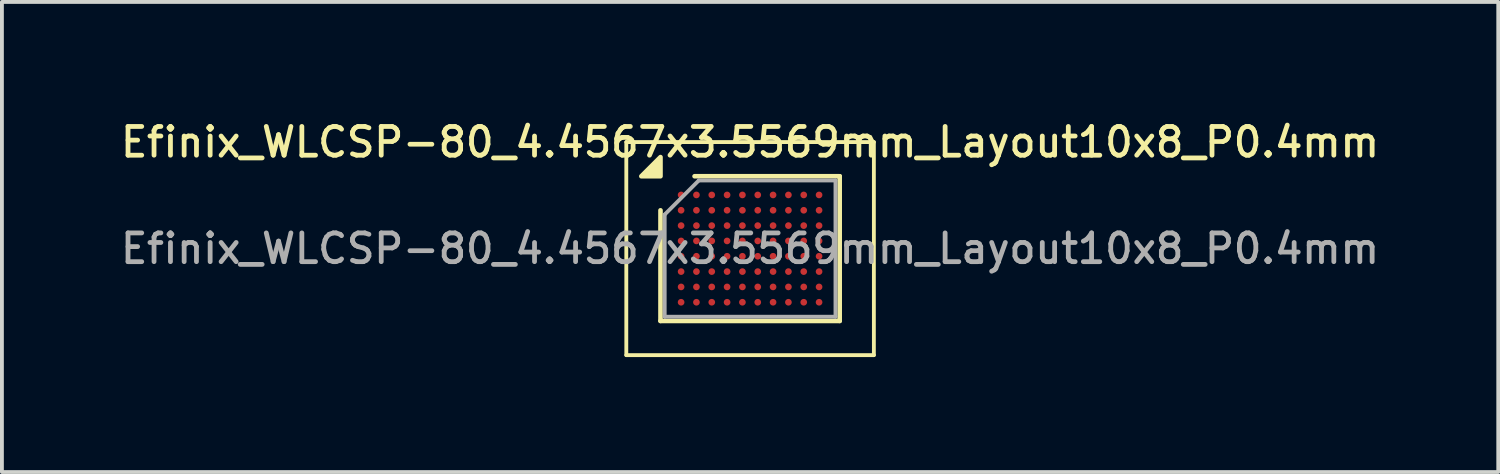
<source format=kicad_pcb>
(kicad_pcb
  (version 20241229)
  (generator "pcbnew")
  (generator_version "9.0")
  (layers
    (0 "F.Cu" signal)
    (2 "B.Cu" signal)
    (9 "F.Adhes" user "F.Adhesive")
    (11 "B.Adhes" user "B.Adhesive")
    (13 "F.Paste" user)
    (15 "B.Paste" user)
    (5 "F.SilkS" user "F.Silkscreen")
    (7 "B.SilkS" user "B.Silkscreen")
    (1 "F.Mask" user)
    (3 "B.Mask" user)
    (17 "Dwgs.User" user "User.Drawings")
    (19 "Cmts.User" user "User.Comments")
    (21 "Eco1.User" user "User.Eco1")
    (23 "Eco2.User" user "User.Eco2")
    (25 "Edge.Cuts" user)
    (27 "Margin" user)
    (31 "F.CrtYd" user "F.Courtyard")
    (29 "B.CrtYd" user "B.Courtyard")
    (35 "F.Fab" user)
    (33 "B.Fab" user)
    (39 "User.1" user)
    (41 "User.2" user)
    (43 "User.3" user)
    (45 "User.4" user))
  (footprint "Efinix_WLCSP-80_4.4567x3.5569mm_Layout10x8_P0.4mm"
    (layer "F.Cu")
    (at 16.523 3.437)
    (property "Reference" "Efinix_WLCSP-80_4.4567x3.5569mm_Layout10x8_P0.4mm" (at 0 -2.778 0) (layer "F.SilkS") (effects (font (size 0.75 0.75) (thickness 0.125))))
    (attr smd)
    (fp_line (start -3.23 -2.78) (end -3.23 2.78) (stroke (width 0.1) (type solid)) (layer "F.SilkS"))
    (fp_line (start -3.23 2.78) (end 3.23 2.78) (stroke (width 0.1) (type solid)) (layer "F.SilkS"))
    (fp_line (start -2.338 1.888) (end -2.338 -0.999) (stroke (width 0.12) (type solid)) (layer "F.SilkS"))
    (fp_line (start -1.449 -1.888) (end 2.338 -1.888) (stroke (width 0.12) (type solid)) (layer "F.SilkS"))
    (fp_line (start 2.338 -1.888) (end 2.338 1.888) (stroke (width 0.12) (type solid)) (layer "F.SilkS"))
    (fp_line (start 2.338 1.888) (end -2.338 1.888) (stroke (width 0.12) (type solid)) (layer "F.SilkS"))
    (fp_line (start 3.23 -2.78) (end -3.23 -2.78) (stroke (width 0.1) (type solid)) (layer "F.SilkS"))
    (fp_line (start 3.23 2.78) (end 3.23 -2.78) (stroke (width 0.1) (type solid)) (layer "F.SilkS"))
    (fp_poly (pts (xy -2.338 -1.888) (xy -2.838 -1.888) (xy -2.338 -2.388) (xy -2.338 -1.888)) (stroke (width 0.12) (type solid)) (fill yes) (layer "F.SilkS"))
    (fp_line (start -2.228 -0.889) (end -1.339 -1.778) (stroke (width 0.1) (type solid)) (layer "F.Fab"))
    (fp_line (start -2.228 1.778) (end -2.228 -0.889) (stroke (width 0.1) (type solid)) (layer "F.Fab"))
    (fp_line (start -1.339 -1.778) (end 2.228 -1.778) (stroke (width 0.1) (type solid)) (layer "F.Fab"))
    (fp_line (start 2.228 -1.778) (end 2.228 1.778) (stroke (width 0.1) (type solid)) (layer "F.Fab"))
    (fp_line (start 2.228 1.778) (end -2.228 1.778) (stroke (width 0.1) (type solid)) (layer "F.Fab"))
    (fp_text user "${REFERENCE}" (at 0 0 0) (layer "F.Fab") (effects (font (size 0.75 0.75) (thickness 0.125))))
    (pad "A1" smd circle (at -1.8 -1.4) (size 0.175 0.175) (property pad_prop_bga) (layers "F.Cu" "F.Mask" "F.Paste"))
    (pad "A2" smd circle (at -1.4 -1.4) (size 0.175 0.175) (property pad_prop_bga) (layers "F.Cu" "F.Mask" "F.Paste"))
    (pad "A3" smd circle (at -1 -1.4) (size 0.175 0.175) (property pad_prop_bga) (layers "F.Cu" "F.Mask" "F.Paste"))
    (pad "A4" smd circle (at -0.6 -1.4) (size 0.175 0.175) (property pad_prop_bga) (layers "F.Cu" "F.Mask" "F.Paste"))
    (pad "A5" smd circle (at -0.2 -1.4) (size 0.175 0.175) (property pad_prop_bga) (layers "F.Cu" "F.Mask" "F.Paste"))
    (pad "A6" smd circle (at 0.2 -1.4) (size 0.175 0.175) (property pad_prop_bga) (layers "F.Cu" "F.Mask" "F.Paste"))
    (pad "A7" smd circle (at 0.6 -1.4) (size 0.175 0.175) (property pad_prop_bga) (layers "F.Cu" "F.Mask" "F.Paste"))
    (pad "A8" smd circle (at 1 -1.4) (size 0.175 0.175) (property pad_prop_bga) (layers "F.Cu" "F.Mask" "F.Paste"))
    (pad "A9" smd circle (at 1.4 -1.4) (size 0.175 0.175) (property pad_prop_bga) (layers "F.Cu" "F.Mask" "F.Paste"))
    (pad "A10" smd circle (at 1.8 -1.4) (size 0.175 0.175) (property pad_prop_bga) (layers "F.Cu" "F.Mask" "F.Paste"))
    (pad "B1" smd circle (at -1.8 -1) (size 0.175 0.175) (property pad_prop_bga) (layers "F.Cu" "F.Mask" "F.Paste"))
    (pad "B2" smd circle (at -1.4 -1) (size 0.175 0.175) (property pad_prop_bga) (layers "F.Cu" "F.Mask" "F.Paste"))
    (pad "B3" smd circle (at -1 -1) (size 0.175 0.175) (property pad_prop_bga) (layers "F.Cu" "F.Mask" "F.Paste"))
    (pad "B4" smd circle (at -0.6 -1) (size 0.175 0.175) (property pad_prop_bga) (layers "F.Cu" "F.Mask" "F.Paste"))
    (pad "B5" smd circle (at -0.2 -1) (size 0.175 0.175) (property pad_prop_bga) (layers "F.Cu" "F.Mask" "F.Paste"))
    (pad "B6" smd circle (at 0.2 -1) (size 0.175 0.175) (property pad_prop_bga) (layers "F.Cu" "F.Mask" "F.Paste"))
    (pad "B7" smd circle (at 0.6 -1) (size 0.175 0.175) (property pad_prop_bga) (layers "F.Cu" "F.Mask" "F.Paste"))
    (pad "B8" smd circle (at 1 -1) (size 0.175 0.175) (property pad_prop_bga) (layers "F.Cu" "F.Mask" "F.Paste"))
    (pad "B9" smd circle (at 1.4 -1) (size 0.175 0.175) (property pad_prop_bga) (layers "F.Cu" "F.Mask" "F.Paste"))
    (pad "B10" smd circle (at 1.8 -1) (size 0.175 0.175) (property pad_prop_bga) (layers "F.Cu" "F.Mask" "F.Paste"))
    (pad "C1" smd circle (at -1.8 -0.6) (size 0.175 0.175) (property pad_prop_bga) (layers "F.Cu" "F.Mask" "F.Paste"))
    (pad "C2" smd circle (at -1.4 -0.6) (size 0.175 0.175) (property pad_prop_bga) (layers "F.Cu" "F.Mask" "F.Paste"))
    (pad "C3" smd circle (at -1 -0.6) (size 0.175 0.175) (property pad_prop_bga) (layers "F.Cu" "F.Mask" "F.Paste"))
    (pad "C4" smd circle (at -0.6 -0.6) (size 0.175 0.175) (property pad_prop_bga) (layers "F.Cu" "F.Mask" "F.Paste"))
    (pad "C5" smd circle (at -0.2 -0.6) (size 0.175 0.175) (property pad_prop_bga) (layers "F.Cu" "F.Mask" "F.Paste"))
    (pad "C6" smd circle (at 0.2 -0.6) (size 0.175 0.175) (property pad_prop_bga) (layers "F.Cu" "F.Mask" "F.Paste"))
    (pad "C7" smd circle (at 0.6 -0.6) (size 0.175 0.175) (property pad_prop_bga) (layers "F.Cu" "F.Mask" "F.Paste"))
    (pad "C8" smd circle (at 1 -0.6) (size 0.175 0.175) (property pad_prop_bga) (layers "F.Cu" "F.Mask" "F.Paste"))
    (pad "C9" smd circle (at 1.4 -0.6) (size 0.175 0.175) (property pad_prop_bga) (layers "F.Cu" "F.Mask" "F.Paste"))
    (pad "C10" smd circle (at 1.8 -0.6) (size 0.175 0.175) (property pad_prop_bga) (layers "F.Cu" "F.Mask" "F.Paste"))
    (pad "D1" smd circle (at -1.8 -0.2) (size 0.175 0.175) (property pad_prop_bga) (layers "F.Cu" "F.Mask" "F.Paste"))
    (pad "D2" smd circle (at -1.4 -0.2) (size 0.175 0.175) (property pad_prop_bga) (layers "F.Cu" "F.Mask" "F.Paste"))
    (pad "D3" smd circle (at -1 -0.2) (size 0.175 0.175) (property pad_prop_bga) (layers "F.Cu" "F.Mask" "F.Paste"))
    (pad "D4" smd circle (at -0.6 -0.2) (size 0.175 0.175) (property pad_prop_bga) (layers "F.Cu" "F.Mask" "F.Paste"))
    (pad "D5" smd circle (at -0.2 -0.2) (size 0.175 0.175) (property pad_prop_bga) (layers "F.Cu" "F.Mask" "F.Paste"))
    (pad "D6" smd circle (at 0.2 -0.2) (size 0.175 0.175) (property pad_prop_bga) (layers "F.Cu" "F.Mask" "F.Paste"))
    (pad "D7" smd circle (at 0.6 -0.2) (size 0.175 0.175) (property pad_prop_bga) (layers "F.Cu" "F.Mask" "F.Paste"))
    (pad "D8" smd circle (at 1 -0.2) (size 0.175 0.175) (property pad_prop_bga) (layers "F.Cu" "F.Mask" "F.Paste"))
    (pad "D9" smd circle (at 1.4 -0.2) (size 0.175 0.175) (property pad_prop_bga) (layers "F.Cu" "F.Mask" "F.Paste"))
    (pad "D10" smd circle (at 1.8 -0.2) (size 0.175 0.175) (property pad_prop_bga) (layers "F.Cu" "F.Mask" "F.Paste"))
    (pad "E1" smd circle (at -1.8 0.2) (size 0.175 0.175) (property pad_prop_bga) (layers "F.Cu" "F.Mask" "F.Paste"))
    (pad "E2" smd circle (at -1.4 0.2) (size 0.175 0.175) (property pad_prop_bga) (layers "F.Cu" "F.Mask" "F.Paste"))
    (pad "E3" smd circle (at -1 0.2) (size 0.175 0.175) (property pad_prop_bga) (layers "F.Cu" "F.Mask" "F.Paste"))
    (pad "E4" smd circle (at -0.6 0.2) (size 0.175 0.175) (property pad_prop_bga) (layers "F.Cu" "F.Mask" "F.Paste"))
    (pad "E5" smd circle (at -0.2 0.2) (size 0.175 0.175) (property pad_prop_bga) (layers "F.Cu" "F.Mask" "F.Paste"))
    (pad "E6" smd circle (at 0.2 0.2) (size 0.175 0.175) (property pad_prop_bga) (layers "F.Cu" "F.Mask" "F.Paste"))
    (pad "E7" smd circle (at 0.6 0.2) (size 0.175 0.175) (property pad_prop_bga) (layers "F.Cu" "F.Mask" "F.Paste"))
    (pad "E8" smd circle (at 1 0.2) (size 0.175 0.175) (property pad_prop_bga) (layers "F.Cu" "F.Mask" "F.Paste"))
    (pad "E9" smd circle (at 1.4 0.2) (size 0.175 0.175) (property pad_prop_bga) (layers "F.Cu" "F.Mask" "F.Paste"))
    (pad "E10" smd circle (at 1.8 0.2) (size 0.175 0.175) (property pad_prop_bga) (layers "F.Cu" "F.Mask" "F.Paste"))
    (pad "F1" smd circle (at -1.8 0.6) (size 0.175 0.175) (property pad_prop_bga) (layers "F.Cu" "F.Mask" "F.Paste"))
    (pad "F2" smd circle (at -1.4 0.6) (size 0.175 0.175) (property pad_prop_bga) (layers "F.Cu" "F.Mask" "F.Paste"))
    (pad "F3" smd circle (at -1 0.6) (size 0.175 0.175) (property pad_prop_bga) (layers "F.Cu" "F.Mask" "F.Paste"))
    (pad "F4" smd circle (at -0.6 0.6) (size 0.175 0.175) (property pad_prop_bga) (layers "F.Cu" "F.Mask" "F.Paste"))
    (pad "F5" smd circle (at -0.2 0.6) (size 0.175 0.175) (property pad_prop_bga) (layers "F.Cu" "F.Mask" "F.Paste"))
    (pad "F6" smd circle (at 0.2 0.6) (size 0.175 0.175) (property pad_prop_bga) (layers "F.Cu" "F.Mask" "F.Paste"))
    (pad "F7" smd circle (at 0.6 0.6) (size 0.175 0.175) (property pad_prop_bga) (layers "F.Cu" "F.Mask" "F.Paste"))
    (pad "F8" smd circle (at 1 0.6) (size 0.175 0.175) (property pad_prop_bga) (layers "F.Cu" "F.Mask" "F.Paste"))
    (pad "F9" smd circle (at 1.4 0.6) (size 0.175 0.175) (property pad_prop_bga) (layers "F.Cu" "F.Mask" "F.Paste"))
    (pad "F10" smd circle (at 1.8 0.6) (size 0.175 0.175) (property pad_prop_bga) (layers "F.Cu" "F.Mask" "F.Paste"))
    (pad "G1" smd circle (at -1.8 1) (size 0.175 0.175) (property pad_prop_bga) (layers "F.Cu" "F.Mask" "F.Paste"))
    (pad "G2" smd circle (at -1.4 1) (size 0.175 0.175) (property pad_prop_bga) (layers "F.Cu" "F.Mask" "F.Paste"))
    (pad "G3" smd circle (at -1 1) (size 0.175 0.175) (property pad_prop_bga) (layers "F.Cu" "F.Mask" "F.Paste"))
    (pad "G4" smd circle (at -0.6 1) (size 0.175 0.175) (property pad_prop_bga) (layers "F.Cu" "F.Mask" "F.Paste"))
    (pad "G5" smd circle (at -0.2 1) (size 0.175 0.175) (property pad_prop_bga) (layers "F.Cu" "F.Mask" "F.Paste"))
    (pad "G6" smd circle (at 0.2 1) (size 0.175 0.175) (property pad_prop_bga) (layers "F.Cu" "F.Mask" "F.Paste"))
    (pad "G7" smd circle (at 0.6 1) (size 0.175 0.175) (property pad_prop_bga) (layers "F.Cu" "F.Mask" "F.Paste"))
    (pad "G8" smd circle (at 1 1) (size 0.175 0.175) (property pad_prop_bga) (layers "F.Cu" "F.Mask" "F.Paste"))
    (pad "G9" smd circle (at 1.4 1) (size 0.175 0.175) (property pad_prop_bga) (layers "F.Cu" "F.Mask" "F.Paste"))
    (pad "G10" smd circle (at 1.8 1) (size 0.175 0.175) (property pad_prop_bga) (layers "F.Cu" "F.Mask" "F.Paste"))
    (pad "H1" smd circle (at -1.8 1.4) (size 0.175 0.175) (property pad_prop_bga) (layers "F.Cu" "F.Mask" "F.Paste"))
    (pad "H2" smd circle (at -1.4 1.4) (size 0.175 0.175) (property pad_prop_bga) (layers "F.Cu" "F.Mask" "F.Paste"))
    (pad "H3" smd circle (at -1 1.4) (size 0.175 0.175) (property pad_prop_bga) (layers "F.Cu" "F.Mask" "F.Paste"))
    (pad "H4" smd circle (at -0.6 1.4) (size 0.175 0.175) (property pad_prop_bga) (layers "F.Cu" "F.Mask" "F.Paste"))
    (pad "H5" smd circle (at -0.2 1.4) (size 0.175 0.175) (property pad_prop_bga) (layers "F.Cu" "F.Mask" "F.Paste"))
    (pad "H6" smd circle (at 0.2 1.4) (size 0.175 0.175) (property pad_prop_bga) (layers "F.Cu" "F.Mask" "F.Paste"))
    (pad "H7" smd circle (at 0.6 1.4) (size 0.175 0.175) (property pad_prop_bga) (layers "F.Cu" "F.Mask" "F.Paste"))
    (pad "H8" smd circle (at 1 1.4) (size 0.175 0.175) (property pad_prop_bga) (layers "F.Cu" "F.Mask" "F.Paste"))
    (pad "H9" smd circle (at 1.4 1.4) (size 0.175 0.175) (property pad_prop_bga) (layers "F.Cu" "F.Mask" "F.Paste"))
    (pad "H10" smd circle (at 1.8 1.4) (size 0.175 0.175) (property pad_prop_bga) (layers "F.Cu" "F.Mask" "F.Paste")))
  (gr_rect
    (start -3 -3)
    (end 36.046 9.267)
    (stroke (width 0.1) (type default))
    (fill no)
    (layer "Edge.Cuts")))
</source>
